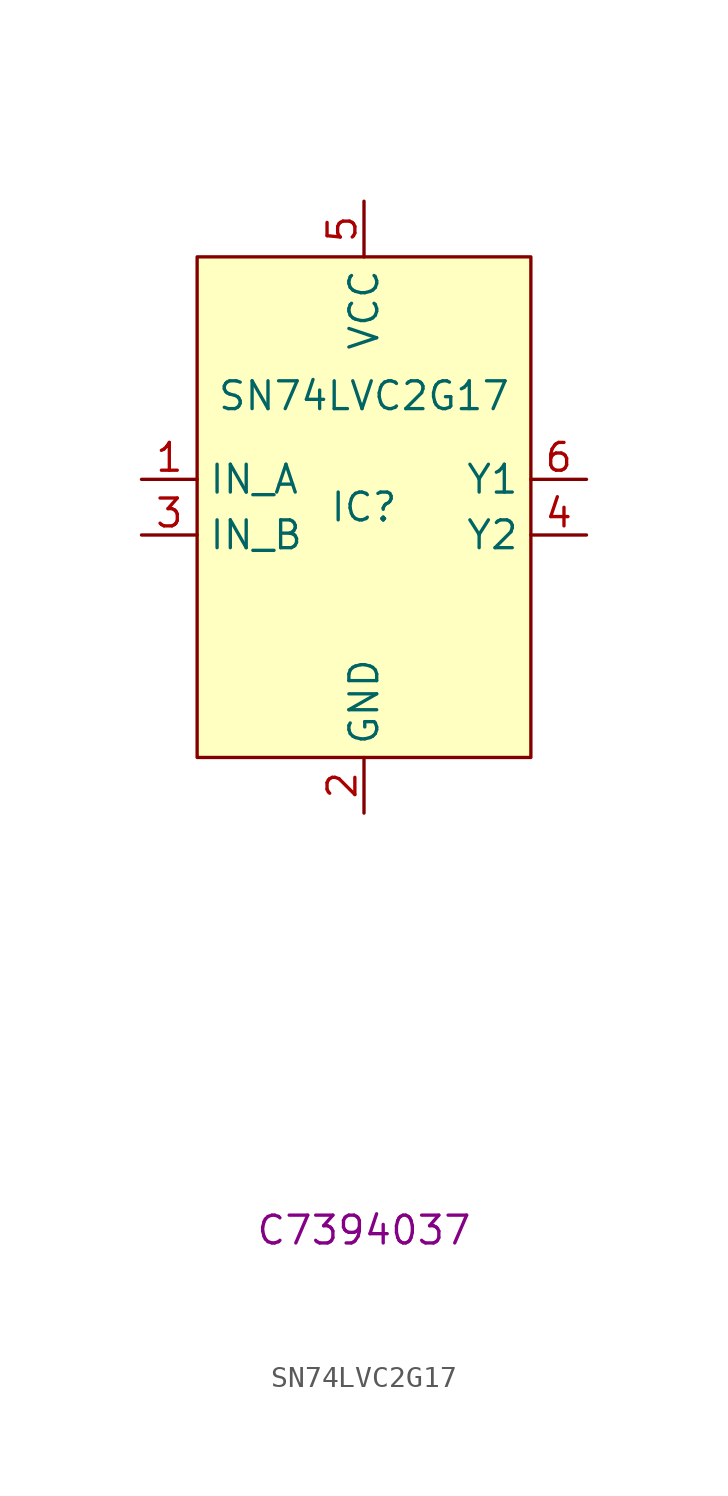
<source format=kicad_sym>
(kicad_symbol_lib
  (version 20220914)
  (generator kicad_symbol_editor)
  (symbol "SN74LVC2G17"
    (property "Reference" "IC"
      (at 0 0 0)
      (effects (font (size 1.27 1.27))))
    (property "Value" "SN74LVC2G17"
      (at 0 5.08 0)
      (effects (font (size 1.27 1.27))))
    (property "LCSC" "C7394037"
      (at 0 -33.02 0)
      (effects (font (size 1.27 1.27))))
    (symbol "SN74LVC2G17_1_1"
      (rectangle (start -7.62 11.43) (end 7.62 -11.43) (stroke (width 0) (type default)) (fill (type background)))
      (pin input line (at -10.16 1.27 0) (length 2.54) (name "IN_A" (effects (font (size 1.27 1.27)))) (number "1" (effects (font (size 1.27 1.27)))))
      (pin power_in line (at 0 -13.97 90) (length 2.54) (name "GND" (effects (font (size 1.27 1.27)))) (number "2" (effects (font (size 1.27 1.27)))))
      (pin input line (at -10.16 -1.27 0) (length 2.54) (name "IN_B" (effects (font (size 1.27 1.27)))) (number "3" (effects (font (size 1.27 1.27)))))
      (pin output line (at 10.16 -1.27 180) (length 2.54) (name "Y2" (effects (font (size 1.27 1.27)))) (number "4" (effects (font (size 1.27 1.27)))))
      (pin power_in line (at 0 13.97 270) (length 2.54) (name "VCC" (effects (font (size 1.27 1.27)))) (number "5" (effects (font (size 1.27 1.27)))))
      (pin output line (at 10.16 1.27 180) (length 2.54) (name "Y1" (effects (font (size 1.27 1.27)))) (number "6" (effects (font (size 1.27 1.27))))))))
</source>
